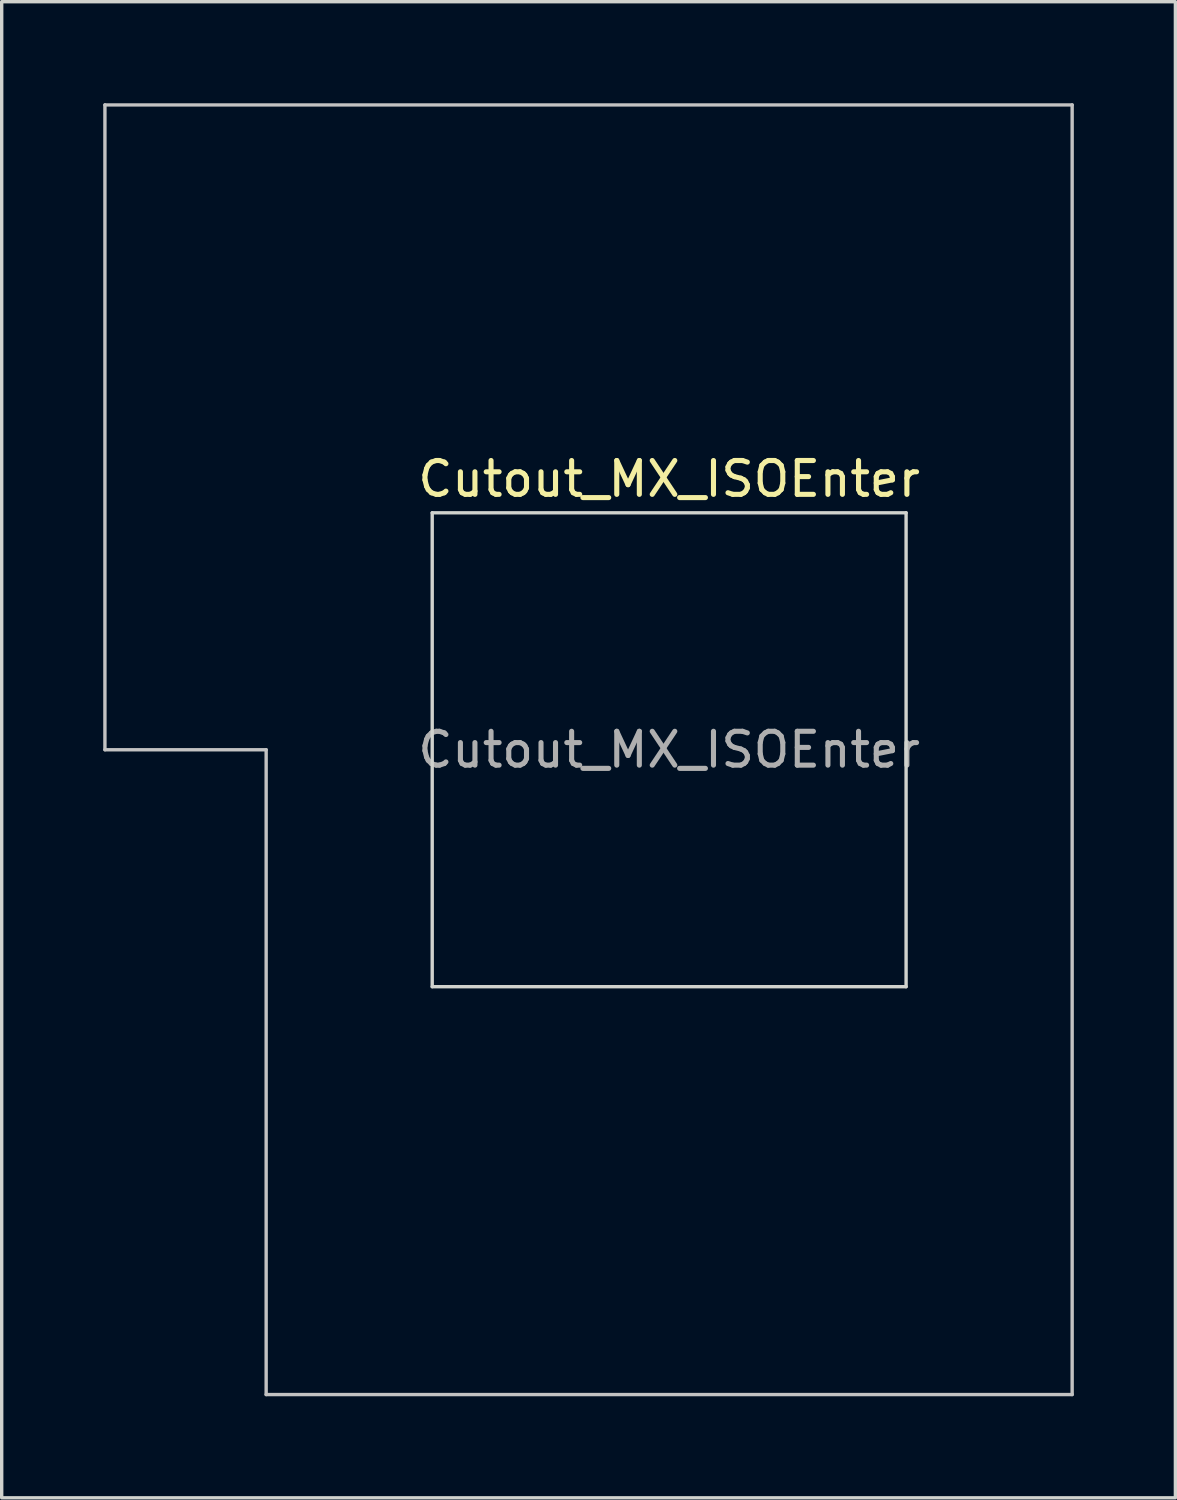
<source format=kicad_pcb>
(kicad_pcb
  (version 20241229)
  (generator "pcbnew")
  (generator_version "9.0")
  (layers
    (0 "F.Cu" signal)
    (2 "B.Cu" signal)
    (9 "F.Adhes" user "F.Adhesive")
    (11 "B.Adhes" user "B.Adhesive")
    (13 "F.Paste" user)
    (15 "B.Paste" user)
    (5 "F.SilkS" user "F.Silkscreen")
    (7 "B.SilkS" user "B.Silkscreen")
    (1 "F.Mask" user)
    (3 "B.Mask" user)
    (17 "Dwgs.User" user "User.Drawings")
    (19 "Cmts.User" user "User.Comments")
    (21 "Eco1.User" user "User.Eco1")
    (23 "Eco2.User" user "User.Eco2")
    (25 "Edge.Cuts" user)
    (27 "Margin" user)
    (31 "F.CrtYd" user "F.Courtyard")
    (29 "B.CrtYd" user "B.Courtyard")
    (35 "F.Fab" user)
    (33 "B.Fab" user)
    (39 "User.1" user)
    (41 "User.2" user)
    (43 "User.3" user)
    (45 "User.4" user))
  (footprint "Cutout_MX_ISOEnter"
    (layer "F.Cu")
    (at 16.719 19.1)
    (property "Reference" "Cutout_MX_ISOEnter" (at 0 -8 0) (layer "F.SilkS") (effects (font (size 1 1) (thickness 0.15))))
    (attr through_hole)
    (fp_line (start -16.669 -19.05) (end -16.669 0) (stroke (width 0.1) (type solid)) (layer "Dwgs.User"))
    (fp_line (start -16.669 0) (end -11.906 0) (stroke (width 0.1) (type solid)) (layer "Dwgs.User"))
    (fp_line (start -11.906 0) (end -11.906 19.05) (stroke (width 0.1) (type solid)) (layer "Dwgs.User"))
    (fp_line (start -11.906 19.05) (end 11.906 19.05) (stroke (width 0.1) (type solid)) (layer "Dwgs.User"))
    (fp_line (start 11.906 -19.05) (end -16.669 -19.05) (stroke (width 0.1) (type solid)) (layer "Dwgs.User"))
    (fp_line (start 11.906 19.05) (end 11.906 -19.05) (stroke (width 0.1) (type solid)) (layer "Dwgs.User"))
    (fp_line (start -7 -7) (end -7 7) (stroke (width 0.1) (type solid)) (layer "Edge.Cuts"))
    (fp_line (start -7 7) (end 7 7) (stroke (width 0.1) (type solid)) (layer "Edge.Cuts"))
    (fp_line (start 7 -7) (end -7 -7) (stroke (width 0.1) (type solid)) (layer "Edge.Cuts"))
    (fp_line (start 7 7) (end 7 -7) (stroke (width 0.1) (type solid)) (layer "Edge.Cuts"))
    (fp_text user "${REFERENCE}" (at 0 0 0) (layer "F.Fab") (effects (font (size 1 1) (thickness 0.15)))))
  (gr_rect
    (start -3 -3)
    (end 31.675 41.2)
    (stroke (width 0.1) (type default))
    (fill no)
    (layer "Edge.Cuts")))
</source>
